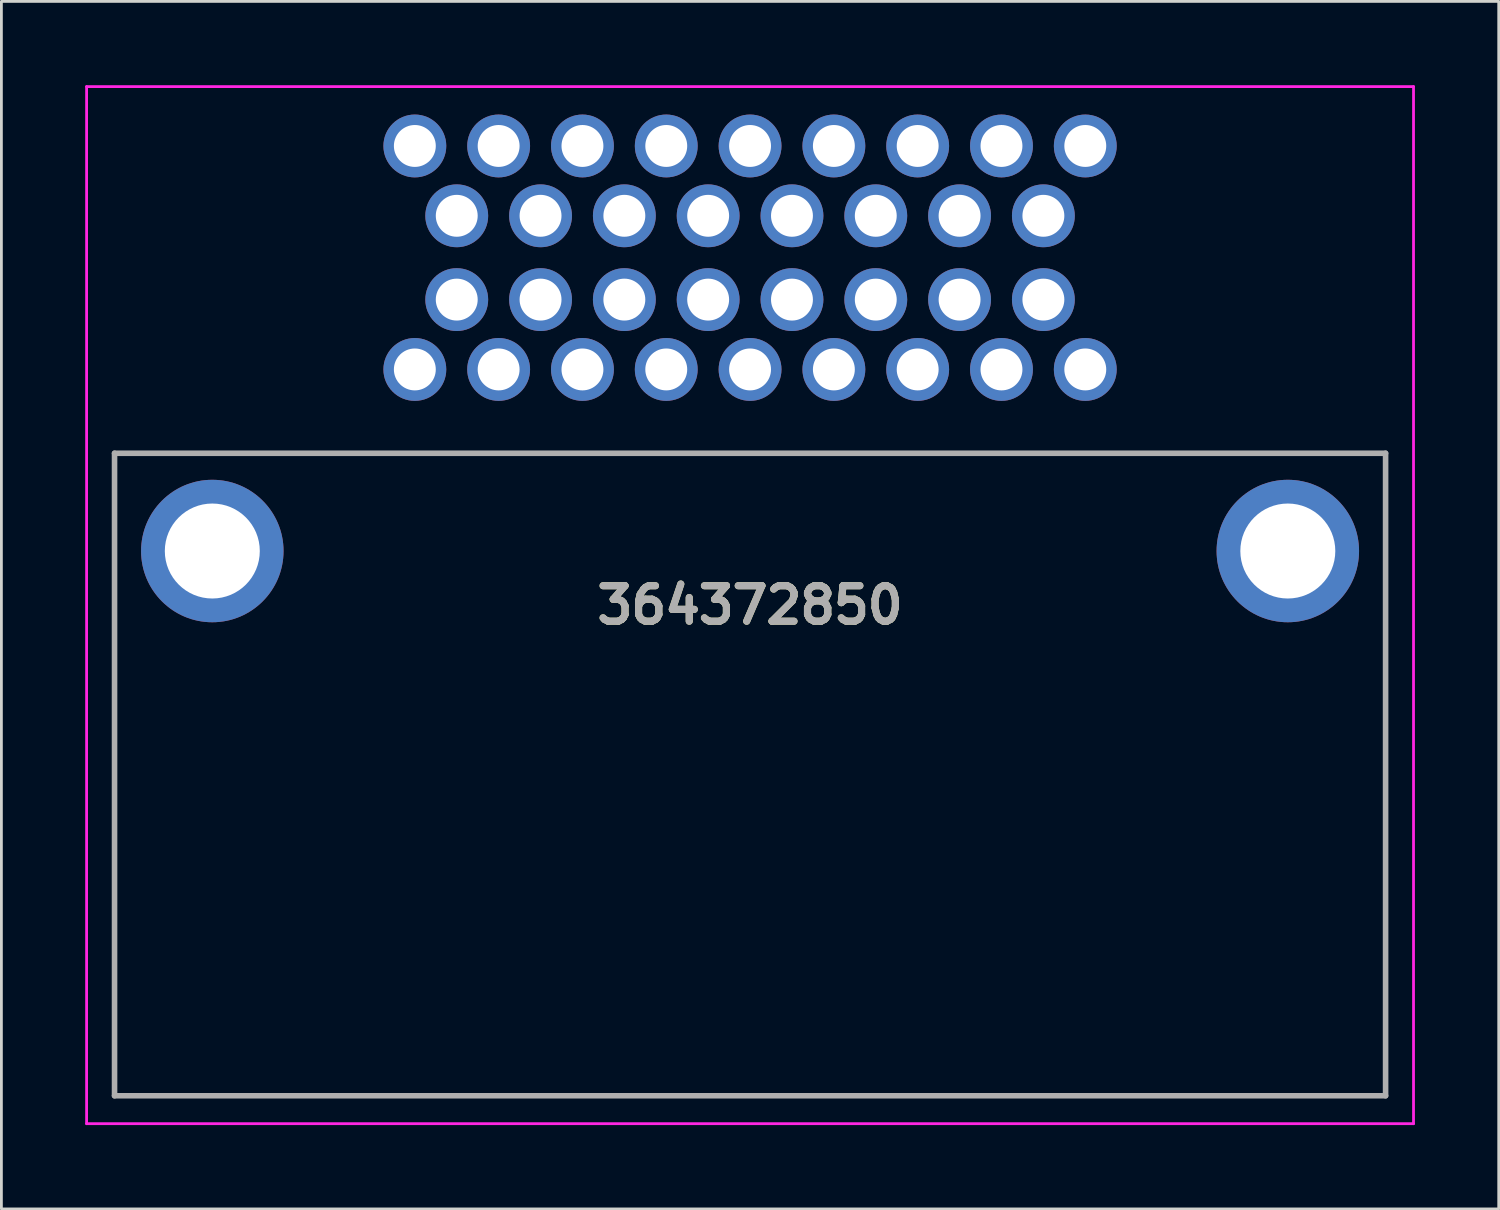
<source format=kicad_pcb>
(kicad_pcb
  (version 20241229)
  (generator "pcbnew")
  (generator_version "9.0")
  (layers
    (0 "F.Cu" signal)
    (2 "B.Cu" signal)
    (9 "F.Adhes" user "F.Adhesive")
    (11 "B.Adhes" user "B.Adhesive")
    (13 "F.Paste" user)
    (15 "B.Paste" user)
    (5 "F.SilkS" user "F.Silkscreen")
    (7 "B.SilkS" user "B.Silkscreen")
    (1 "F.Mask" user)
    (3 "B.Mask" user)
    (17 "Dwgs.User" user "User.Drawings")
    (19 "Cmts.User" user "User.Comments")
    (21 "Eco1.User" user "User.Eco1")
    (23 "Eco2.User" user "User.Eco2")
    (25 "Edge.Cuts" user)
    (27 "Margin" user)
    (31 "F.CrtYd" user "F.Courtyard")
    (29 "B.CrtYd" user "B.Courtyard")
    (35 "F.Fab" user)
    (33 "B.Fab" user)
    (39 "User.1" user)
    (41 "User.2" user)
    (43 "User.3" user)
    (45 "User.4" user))
  (footprint "364372850"
    (layer "F.Cu")
    (at 11.8 10.175)
    (property "Reference" "364372850" (at 12 8.438 0) (layer "F.SilkS") (effects (font (size 1.27 1.27) (thickness 0.254))))
    (attr through_hole)
    (fp_line (start -10.75 3) (end 34.75 3) (stroke (width 0.1) (type solid)) (layer "F.SilkS"))
    (fp_line (start -10.75 26) (end -10.75 3) (stroke (width 0.1) (type solid)) (layer "F.SilkS"))
    (fp_line (start 34.75 3) (end 34.75 26) (stroke (width 0.1) (type solid)) (layer "F.SilkS"))
    (fp_line (start 34.75 26) (end -10.75 26) (stroke (width 0.1) (type solid)) (layer "F.SilkS"))
    (fp_line (start -11.75 -10.125) (end 35.75 -10.125) (stroke (width 0.1) (type solid)) (layer "F.CrtYd"))
    (fp_line (start -11.75 27) (end -11.75 -10.125) (stroke (width 0.1) (type solid)) (layer "F.CrtYd"))
    (fp_line (start 35.75 -10.125) (end 35.75 27) (stroke (width 0.1) (type solid)) (layer "F.CrtYd"))
    (fp_line (start 35.75 27) (end -11.75 27) (stroke (width 0.1) (type solid)) (layer "F.CrtYd"))
    (fp_line (start -10.75 3) (end 34.75 3) (stroke (width 0.2) (type solid)) (layer "F.Fab"))
    (fp_line (start -10.75 26) (end -10.75 3) (stroke (width 0.2) (type solid)) (layer "F.Fab"))
    (fp_line (start 34.75 3) (end 34.75 26) (stroke (width 0.2) (type solid)) (layer "F.Fab"))
    (fp_line (start 34.75 26) (end -10.75 26) (stroke (width 0.2) (type solid)) (layer "F.Fab"))
    (fp_text user "${REFERENCE}" (at 12 8.438 0) (layer "F.Fab") (effects (font (size 1.27 1.27) (thickness 0.254))))
    (pad "1" thru_hole circle (at 0 0) (size 2.25 2.25) (drill 1.5) (layers "*.Cu" "*.Mask"))
    (pad "2" thru_hole circle (at 3 0) (size 2.25 2.25) (drill 1.5) (layers "*.Cu" "*.Mask"))
    (pad "3" thru_hole circle (at 6 0) (size 2.25 2.25) (drill 1.5) (layers "*.Cu" "*.Mask"))
    (pad "4" thru_hole circle (at 9 0) (size 2.25 2.25) (drill 1.5) (layers "*.Cu" "*.Mask"))
    (pad "5" thru_hole circle (at 12 0) (size 2.25 2.25) (drill 1.5) (layers "*.Cu" "*.Mask"))
    (pad "6" thru_hole circle (at 15 0) (size 2.25 2.25) (drill 1.5) (layers "*.Cu" "*.Mask"))
    (pad "7" thru_hole circle (at 18 0) (size 2.25 2.25) (drill 1.5) (layers "*.Cu" "*.Mask"))
    (pad "8" thru_hole circle (at 21 0) (size 2.25 2.25) (drill 1.5) (layers "*.Cu" "*.Mask"))
    (pad "9" thru_hole circle (at 24 0) (size 2.25 2.25) (drill 1.5) (layers "*.Cu" "*.Mask"))
    (pad "10" thru_hole circle (at 1.5 -2.5) (size 2.25 2.25) (drill 1.5) (layers "*.Cu" "*.Mask"))
    (pad "11" thru_hole circle (at 4.5 -2.5) (size 2.25 2.25) (drill 1.5) (layers "*.Cu" "*.Mask"))
    (pad "12" thru_hole circle (at 7.5 -2.5) (size 2.25 2.25) (drill 1.5) (layers "*.Cu" "*.Mask"))
    (pad "13" thru_hole circle (at 10.5 -2.5) (size 2.25 2.25) (drill 1.5) (layers "*.Cu" "*.Mask"))
    (pad "14" thru_hole circle (at 13.5 -2.5) (size 2.25 2.25) (drill 1.5) (layers "*.Cu" "*.Mask"))
    (pad "15" thru_hole circle (at 16.5 -2.5) (size 2.25 2.25) (drill 1.5) (layers "*.Cu" "*.Mask"))
    (pad "16" thru_hole circle (at 19.5 -2.5) (size 2.25 2.25) (drill 1.5) (layers "*.Cu" "*.Mask"))
    (pad "17" thru_hole circle (at 22.5 -2.5) (size 2.25 2.25) (drill 1.5) (layers "*.Cu" "*.Mask"))
    (pad "18" thru_hole circle (at 1.5 -5.5) (size 2.25 2.25) (drill 1.5) (layers "*.Cu" "*.Mask"))
    (pad "19" thru_hole circle (at 4.5 -5.5) (size 2.25 2.25) (drill 1.5) (layers "*.Cu" "*.Mask"))
    (pad "20" thru_hole circle (at 7.5 -5.5) (size 2.25 2.25) (drill 1.5) (layers "*.Cu" "*.Mask"))
    (pad "21" thru_hole circle (at 10.5 -5.5) (size 2.25 2.25) (drill 1.5) (layers "*.Cu" "*.Mask"))
    (pad "22" thru_hole circle (at 13.5 -5.5) (size 2.25 2.25) (drill 1.5) (layers "*.Cu" "*.Mask"))
    (pad "23" thru_hole circle (at 16.5 -5.5) (size 2.25 2.25) (drill 1.5) (layers "*.Cu" "*.Mask"))
    (pad "24" thru_hole circle (at 19.5 -5.5) (size 2.25 2.25) (drill 1.5) (layers "*.Cu" "*.Mask"))
    (pad "25" thru_hole circle (at 22.5 -5.5) (size 2.25 2.25) (drill 1.5) (layers "*.Cu" "*.Mask"))
    (pad "26" thru_hole circle (at 0 -8) (size 2.25 2.25) (drill 1.5) (layers "*.Cu" "*.Mask"))
    (pad "27" thru_hole circle (at 3 -8) (size 2.25 2.25) (drill 1.5) (layers "*.Cu" "*.Mask"))
    (pad "28" thru_hole circle (at 6 -8) (size 2.25 2.25) (drill 1.5) (layers "*.Cu" "*.Mask"))
    (pad "29" thru_hole circle (at 9 -8) (size 2.25 2.25) (drill 1.5) (layers "*.Cu" "*.Mask"))
    (pad "30" thru_hole circle (at 12 -8) (size 2.25 2.25) (drill 1.5) (layers "*.Cu" "*.Mask"))
    (pad "31" thru_hole circle (at 15 -8) (size 2.25 2.25) (drill 1.5) (layers "*.Cu" "*.Mask"))
    (pad "32" thru_hole circle (at 18 -8) (size 2.25 2.25) (drill 1.5) (layers "*.Cu" "*.Mask"))
    (pad "33" thru_hole circle (at 21 -8) (size 2.25 2.25) (drill 1.5) (layers "*.Cu" "*.Mask"))
    (pad "34" thru_hole circle (at 24 -8) (size 2.25 2.25) (drill 1.5) (layers "*.Cu" "*.Mask"))
    (pad "MH1" thru_hole circle (at -7.25 6.5) (size 5.1 5.1) (drill 3.4) (layers "*.Cu" "*.Mask"))
    (pad "MH2" thru_hole circle (at 31.25 6.5) (size 5.1 5.1) (drill 3.4) (layers "*.Cu" "*.Mask")))
  (gr_rect
    (start -3 -3)
    (end 50.6 40.225)
    (stroke (width 0.1) (type default))
    (fill no)
    (layer "Edge.Cuts")))
</source>
